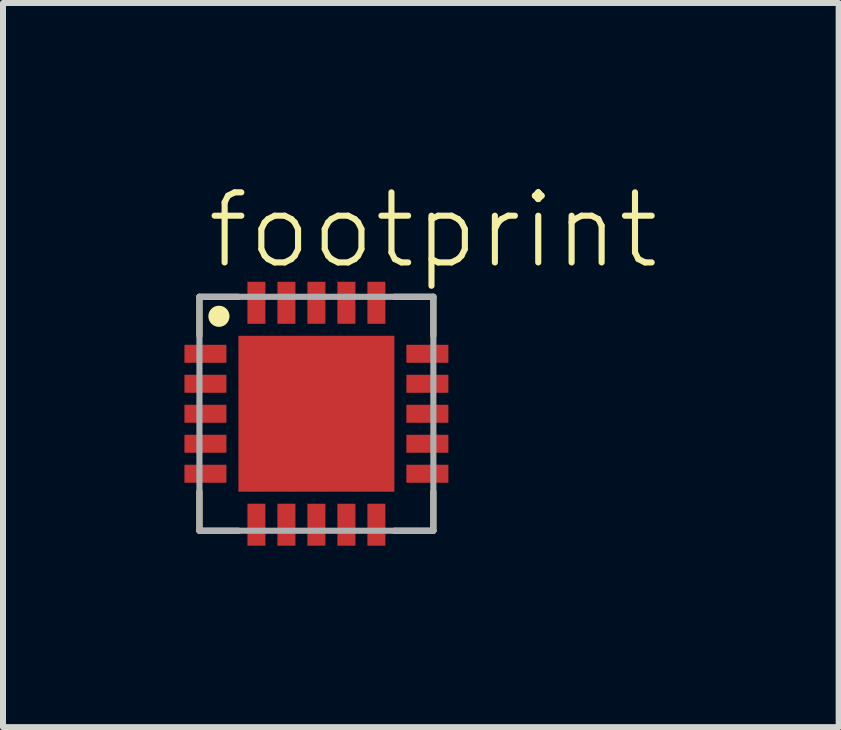
<source format=kicad_pcb>
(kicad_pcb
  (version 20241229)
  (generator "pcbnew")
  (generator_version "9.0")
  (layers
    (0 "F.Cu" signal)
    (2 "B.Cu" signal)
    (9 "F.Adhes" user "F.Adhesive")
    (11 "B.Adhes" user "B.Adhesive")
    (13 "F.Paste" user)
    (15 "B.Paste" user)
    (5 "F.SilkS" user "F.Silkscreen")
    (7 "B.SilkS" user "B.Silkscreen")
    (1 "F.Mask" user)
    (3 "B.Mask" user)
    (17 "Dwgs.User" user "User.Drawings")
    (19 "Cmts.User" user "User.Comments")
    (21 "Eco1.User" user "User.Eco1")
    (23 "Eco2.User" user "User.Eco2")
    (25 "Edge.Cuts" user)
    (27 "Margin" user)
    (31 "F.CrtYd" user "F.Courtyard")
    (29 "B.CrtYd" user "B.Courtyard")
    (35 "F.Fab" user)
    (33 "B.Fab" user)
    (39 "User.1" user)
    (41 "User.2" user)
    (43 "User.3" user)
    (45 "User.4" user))
  (footprint "footprint"
    (layer "F.Cu")
    (at 2.225 3.848)
    (property "Reference" "footprint" (at -1.875 -2.375 0) (layer "F.SilkS") (effects (font (size 1.168 1.168) (thickness 0.102)) (justify left bottom)))
    (fp_poly (pts (xy -2.225 -0.825) (xy -1.475 -0.825) (xy -1.475 -1.175) (xy -2.225 -1.175)) (stroke (width 0) (type solid)) (fill yes) (layer "F.Mask"))
    (fp_poly (pts (xy -2.225 -0.325) (xy -1.475 -0.325) (xy -1.475 -0.675) (xy -2.225 -0.675)) (stroke (width 0) (type solid)) (fill yes) (layer "F.Mask"))
    (fp_poly (pts (xy -2.225 0.175) (xy -1.475 0.175) (xy -1.475 -0.175) (xy -2.225 -0.175)) (stroke (width 0) (type solid)) (fill yes) (layer "F.Mask"))
    (fp_poly (pts (xy -2.225 0.675) (xy -1.475 0.675) (xy -1.475 0.325) (xy -2.225 0.325)) (stroke (width 0) (type solid)) (fill yes) (layer "F.Mask"))
    (fp_poly (pts (xy -2.225 1.175) (xy -1.475 1.175) (xy -1.475 0.825) (xy -2.225 0.825)) (stroke (width 0) (type solid)) (fill yes) (layer "F.Mask"))
    (fp_poly (pts (xy -1.325 1.325) (xy 1.325 1.325) (xy 1.325 -1.325) (xy -1.325 -1.325)) (stroke (width 0) (type solid)) (fill yes) (layer "F.Mask"))
    (fp_poly (pts (xy -1.175 -2.225) (xy -1.175 -1.475) (xy -0.825 -1.475) (xy -0.825 -2.225)) (stroke (width 0) (type solid)) (fill yes) (layer "F.Mask"))
    (fp_poly (pts (xy -0.825 2.225) (xy -0.825 1.475) (xy -1.175 1.475) (xy -1.175 2.225)) (stroke (width 0) (type solid)) (fill yes) (layer "F.Mask"))
    (fp_poly (pts (xy -0.675 -2.225) (xy -0.675 -1.475) (xy -0.325 -1.475) (xy -0.325 -2.225)) (stroke (width 0) (type solid)) (fill yes) (layer "F.Mask"))
    (fp_poly (pts (xy -0.325 2.225) (xy -0.325 1.475) (xy -0.675 1.475) (xy -0.675 2.225)) (stroke (width 0) (type solid)) (fill yes) (layer "F.Mask"))
    (fp_poly (pts (xy -0.175 -2.225) (xy -0.175 -1.475) (xy 0.175 -1.475) (xy 0.175 -2.225)) (stroke (width 0) (type solid)) (fill yes) (layer "F.Mask"))
    (fp_poly (pts (xy 0.175 2.225) (xy 0.175 1.475) (xy -0.175 1.475) (xy -0.175 2.225)) (stroke (width 0) (type solid)) (fill yes) (layer "F.Mask"))
    (fp_poly (pts (xy 0.325 -2.225) (xy 0.325 -1.475) (xy 0.675 -1.475) (xy 0.675 -2.225)) (stroke (width 0) (type solid)) (fill yes) (layer "F.Mask"))
    (fp_poly (pts (xy 0.675 2.225) (xy 0.675 1.475) (xy 0.325 1.475) (xy 0.325 2.225)) (stroke (width 0) (type solid)) (fill yes) (layer "F.Mask"))
    (fp_poly (pts (xy 0.825 -2.225) (xy 0.825 -1.475) (xy 1.175 -1.475) (xy 1.175 -2.225)) (stroke (width 0) (type solid)) (fill yes) (layer "F.Mask"))
    (fp_poly (pts (xy 1.175 2.225) (xy 1.175 1.475) (xy 0.825 1.475) (xy 0.825 2.225)) (stroke (width 0) (type solid)) (fill yes) (layer "F.Mask"))
    (fp_poly (pts (xy 2.225 -1.175) (xy 1.475 -1.175) (xy 1.475 -0.825) (xy 2.225 -0.825)) (stroke (width 0) (type solid)) (fill yes) (layer "F.Mask"))
    (fp_poly (pts (xy 2.225 -0.675) (xy 1.475 -0.675) (xy 1.475 -0.325) (xy 2.225 -0.325)) (stroke (width 0) (type solid)) (fill yes) (layer "F.Mask"))
    (fp_poly (pts (xy 2.225 -0.175) (xy 1.475 -0.175) (xy 1.475 0.175) (xy 2.225 0.175)) (stroke (width 0) (type solid)) (fill yes) (layer "F.Mask"))
    (fp_poly (pts (xy 2.225 0.325) (xy 1.475 0.325) (xy 1.475 0.675) (xy 2.225 0.675)) (stroke (width 0) (type solid)) (fill yes) (layer "F.Mask"))
    (fp_poly (pts (xy 2.225 0.825) (xy 1.475 0.825) (xy 1.475 1.175) (xy 2.225 1.175)) (stroke (width 0) (type solid)) (fill yes) (layer "F.Mask"))
    (fp_line (start -1.95 -1.95) (end -1.3 -1.95) (stroke (width 0.102) (type solid)) (layer "F.SilkS"))
    (fp_line (start -1.95 -1.3) (end -1.95 -1.95) (stroke (width 0.102) (type solid)) (layer "F.SilkS"))
    (fp_line (start -1.95 1.95) (end -1.95 1.3) (stroke (width 0.102) (type solid)) (layer "F.SilkS"))
    (fp_line (start -1.3 1.95) (end -1.95 1.95) (stroke (width 0.102) (type solid)) (layer "F.SilkS"))
    (fp_line (start 1.3 -1.95) (end 1.95 -1.95) (stroke (width 0.102) (type solid)) (layer "F.SilkS"))
    (fp_line (start 1.95 -1.95) (end 1.95 -1.3) (stroke (width 0.102) (type solid)) (layer "F.SilkS"))
    (fp_line (start 1.95 1.3) (end 1.95 1.95) (stroke (width 0.102) (type solid)) (layer "F.SilkS"))
    (fp_line (start 1.95 1.95) (end 1.3 1.95) (stroke (width 0.102) (type solid)) (layer "F.SilkS"))
    (fp_circle (center -1.625 -1.625) (end -1.537 -1.625) (stroke (width 0.177) (type solid)) (fill yes) (layer "F.SilkS"))
    (fp_poly (pts (xy -2.175 -0.875) (xy -1.525 -0.875) (xy -1.525 -1.125) (xy -2.175 -1.125)) (stroke (width 0) (type solid)) (fill yes) (layer "F.Paste"))
    (fp_poly (pts (xy -2.175 -0.375) (xy -1.525 -0.375) (xy -1.525 -0.625) (xy -2.175 -0.625)) (stroke (width 0) (type solid)) (fill yes) (layer "F.Paste"))
    (fp_poly (pts (xy -2.175 0.125) (xy -1.525 0.125) (xy -1.525 -0.125) (xy -2.175 -0.125)) (stroke (width 0) (type solid)) (fill yes) (layer "F.Paste"))
    (fp_poly (pts (xy -2.175 0.625) (xy -1.525 0.625) (xy -1.525 0.375) (xy -2.175 0.375)) (stroke (width 0) (type solid)) (fill yes) (layer "F.Paste"))
    (fp_poly (pts (xy -2.175 1.125) (xy -1.525 1.125) (xy -1.525 0.875) (xy -2.175 0.875)) (stroke (width 0) (type solid)) (fill yes) (layer "F.Paste"))
    (fp_poly (pts (xy -1.125 -2.175) (xy -1.125 -1.525) (xy -0.875 -1.525) (xy -0.875 -2.175)) (stroke (width 0) (type solid)) (fill yes) (layer "F.Paste"))
    (fp_poly (pts (xy -1.125 1.125) (xy 1.125 1.125) (xy 1.125 -1.125) (xy -1.125 -1.125)) (stroke (width 0) (type solid)) (fill yes) (layer "F.Paste"))
    (fp_poly (pts (xy -0.875 2.175) (xy -0.875 1.525) (xy -1.125 1.525) (xy -1.125 2.175)) (stroke (width 0) (type solid)) (fill yes) (layer "F.Paste"))
    (fp_poly (pts (xy -0.625 -2.175) (xy -0.625 -1.525) (xy -0.375 -1.525) (xy -0.375 -2.175)) (stroke (width 0) (type solid)) (fill yes) (layer "F.Paste"))
    (fp_poly (pts (xy -0.375 2.175) (xy -0.375 1.525) (xy -0.625 1.525) (xy -0.625 2.175)) (stroke (width 0) (type solid)) (fill yes) (layer "F.Paste"))
    (fp_poly (pts (xy -0.125 -2.175) (xy -0.125 -1.525) (xy 0.125 -1.525) (xy 0.125 -2.175)) (stroke (width 0) (type solid)) (fill yes) (layer "F.Paste"))
    (fp_poly (pts (xy 0.125 2.175) (xy 0.125 1.525) (xy -0.125 1.525) (xy -0.125 2.175)) (stroke (width 0) (type solid)) (fill yes) (layer "F.Paste"))
    (fp_poly (pts (xy 0.375 -2.175) (xy 0.375 -1.525) (xy 0.625 -1.525) (xy 0.625 -2.175)) (stroke (width 0) (type solid)) (fill yes) (layer "F.Paste"))
    (fp_poly (pts (xy 0.625 2.175) (xy 0.625 1.525) (xy 0.375 1.525) (xy 0.375 2.175)) (stroke (width 0) (type solid)) (fill yes) (layer "F.Paste"))
    (fp_poly (pts (xy 0.875 -2.175) (xy 0.875 -1.525) (xy 1.125 -1.525) (xy 1.125 -2.175)) (stroke (width 0) (type solid)) (fill yes) (layer "F.Paste"))
    (fp_poly (pts (xy 1.125 2.175) (xy 1.125 1.525) (xy 0.875 1.525) (xy 0.875 2.175)) (stroke (width 0) (type solid)) (fill yes) (layer "F.Paste"))
    (fp_poly (pts (xy 2.175 -1.125) (xy 1.525 -1.125) (xy 1.525 -0.875) (xy 2.175 -0.875)) (stroke (width 0) (type solid)) (fill yes) (layer "F.Paste"))
    (fp_poly (pts (xy 2.175 -0.625) (xy 1.525 -0.625) (xy 1.525 -0.375) (xy 2.175 -0.375)) (stroke (width 0) (type solid)) (fill yes) (layer "F.Paste"))
    (fp_poly (pts (xy 2.175 -0.125) (xy 1.525 -0.125) (xy 1.525 0.125) (xy 2.175 0.125)) (stroke (width 0) (type solid)) (fill yes) (layer "F.Paste"))
    (fp_poly (pts (xy 2.175 0.375) (xy 1.525 0.375) (xy 1.525 0.625) (xy 2.175 0.625)) (stroke (width 0) (type solid)) (fill yes) (layer "F.Paste"))
    (fp_poly (pts (xy 2.175 0.875) (xy 1.525 0.875) (xy 1.525 1.125) (xy 2.175 1.125)) (stroke (width 0) (type solid)) (fill yes) (layer "F.Paste"))
    (fp_line (start -1.95 -1.95) (end 1.95 -1.95) (stroke (width 0.102) (type solid)) (layer "F.Fab"))
    (fp_line (start -1.95 1.95) (end -1.95 -1.95) (stroke (width 0.102) (type solid)) (layer "F.Fab"))
    (fp_line (start 1.95 -1.95) (end 1.95 1.95) (stroke (width 0.102) (type solid)) (layer "F.Fab"))
    (fp_line (start 1.95 1.95) (end -1.95 1.95) (stroke (width 0.102) (type solid)) (layer "F.Fab"))
    (pad "1" smd rect (at -1.85 -1) (size 0.7 0.3) (layers "F.Cu"))
    (pad "2" smd rect (at -1.85 -0.5) (size 0.7 0.3) (layers "F.Cu"))
    (pad "3" smd rect (at -1.85 0) (size 0.7 0.3) (layers "F.Cu"))
    (pad "4" smd rect (at -1.85 0.5) (size 0.7 0.3) (layers "F.Cu"))
    (pad "5" smd rect (at -1.85 1) (size 0.7 0.3) (layers "F.Cu"))
    (pad "6" smd rect (at -1 1.85 90) (size 0.7 0.3) (layers "F.Cu"))
    (pad "7" smd rect (at -0.5 1.85 90) (size 0.7 0.3) (layers "F.Cu"))
    (pad "8" smd rect (at 0 1.85 90) (size 0.7 0.3) (layers "F.Cu"))
    (pad "9" smd rect (at 0.5 1.85 90) (size 0.7 0.3) (layers "F.Cu"))
    (pad "10" smd rect (at 1 1.85 90) (size 0.7 0.3) (layers "F.Cu"))
    (pad "11" smd rect (at 1.85 1 180) (size 0.7 0.3) (layers "F.Cu"))
    (pad "12" smd rect (at 1.85 0.5 180) (size 0.7 0.3) (layers "F.Cu"))
    (pad "13" smd rect (at 1.85 0 180) (size 0.7 0.3) (layers "F.Cu"))
    (pad "14" smd rect (at 1.85 -0.5 180) (size 0.7 0.3) (layers "F.Cu"))
    (pad "15" smd rect (at 1.85 -1 180) (size 0.7 0.3) (layers "F.Cu"))
    (pad "16" smd rect (at 1 -1.85 270) (size 0.7 0.3) (layers "F.Cu"))
    (pad "17" smd rect (at 0.5 -1.85 270) (size 0.7 0.3) (layers "F.Cu"))
    (pad "18" smd rect (at 0 -1.85 270) (size 0.7 0.3) (layers "F.Cu"))
    (pad "19" smd rect (at -0.5 -1.85 270) (size 0.7 0.3) (layers "F.Cu"))
    (pad "20" smd rect (at -1 -1.85 270) (size 0.7 0.3) (layers "F.Cu"))
    (pad "21" smd rect (at 0 0) (size 2.6 2.6) (layers "F.Cu")))
  (gr_rect
    (start -3 -3)
    (end 10.932 9.073)
    (stroke (width 0.1) (type default))
    (fill no)
    (layer "Edge.Cuts")))
</source>
